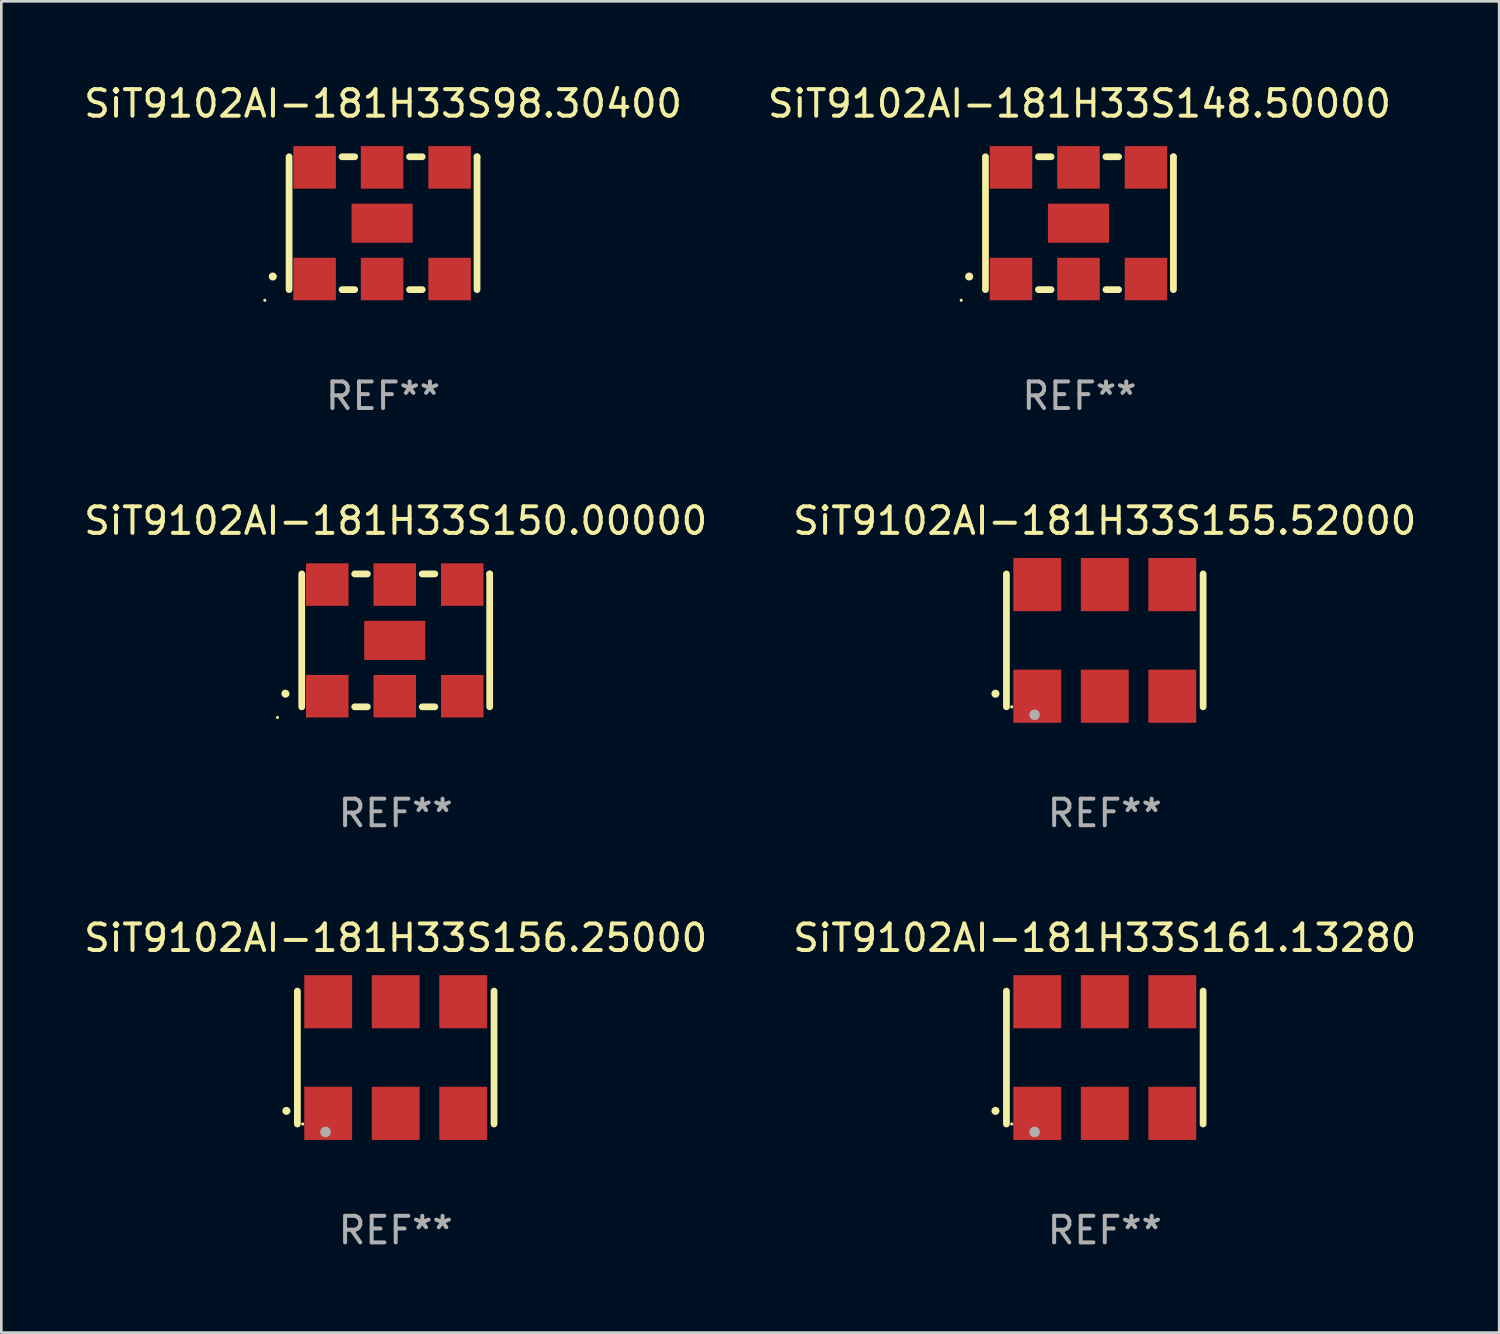
<source format=kicad_pcb>
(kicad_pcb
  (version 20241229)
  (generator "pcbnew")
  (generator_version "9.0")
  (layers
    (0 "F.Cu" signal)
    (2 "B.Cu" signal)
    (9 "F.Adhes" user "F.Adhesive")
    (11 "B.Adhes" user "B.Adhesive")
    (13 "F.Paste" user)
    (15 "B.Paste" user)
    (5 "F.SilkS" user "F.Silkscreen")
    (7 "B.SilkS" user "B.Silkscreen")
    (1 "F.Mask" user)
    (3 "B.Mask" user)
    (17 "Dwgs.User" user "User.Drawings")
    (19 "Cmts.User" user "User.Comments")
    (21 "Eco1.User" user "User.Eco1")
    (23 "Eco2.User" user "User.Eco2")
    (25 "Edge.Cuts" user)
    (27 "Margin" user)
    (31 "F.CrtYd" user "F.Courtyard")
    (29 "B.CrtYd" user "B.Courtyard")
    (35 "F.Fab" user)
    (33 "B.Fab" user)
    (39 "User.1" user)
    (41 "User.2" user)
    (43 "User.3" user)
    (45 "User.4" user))
  (footprint "SiT9102AI-181H33S155.52000"
    (layer "F.Cu")
    (at 38.518 21.045)
    (property "Reference" "SiT9102AI-181H33S155.52000" (at 0 -4.5 0) (layer "F.SilkS") (effects (font (size 1 1) (thickness 0.15))))
    (attr through_hole)
    (fp_line (start -3.7 -2.5) (end -3.7 2.5) (stroke (width 0.254) (type solid)) (layer "F.SilkS"))
    (fp_line (start 3.7 -2.5) (end 3.7 2.5) (stroke (width 0.254) (type solid)) (layer "F.SilkS"))
    (fp_arc (start -4.114415 2.006604) (mid -4.113145 2.006599) (end -4.111875 2.006604) (stroke (width 0.3) (type solid)) (layer "F.SilkS"))
    (fp_circle (center -3.5 2.501) (end -3.47 2.501) (stroke (width 0.06) (type solid)) (fill no) (layer "F.SilkS"))
    (fp_circle (center -2.641 2.799) (end -2.541 2.799) (stroke (width 0.2) (type solid)) (fill no) (layer "F.Fab"))
    (fp_text user "REF**" (at 0 6.5 0) (layer "F.Fab") (effects (font (size 1 1) (thickness 0.15))))
    (pad "1" smd rect (at -2.54 2.1) (size 1.8 2) (layers "F.Cu" "F.Mask" "F.Paste"))
    (pad "2" smd rect (at 0.000394 2.1) (size 1.8 2) (layers "F.Cu" "F.Mask" "F.Paste"))
    (pad "3" smd rect (at 2.54 2.1) (size 1.8 2) (layers "F.Cu" "F.Mask" "F.Paste"))
    (pad "4" smd rect (at 2.54 -2.1) (size 1.8 2) (layers "F.Cu" "F.Mask" "F.Paste"))
    (pad "5" smd rect (at 0.000394 -2.1) (size 1.8 2) (layers "F.Cu" "F.Mask" "F.Paste"))
    (pad "6" smd rect (at -2.54 -2.1) (size 1.8 2) (layers "F.Cu" "F.Mask" "F.Paste")))
  (footprint "SiT9102AI-181H33S148.50000"
    (layer "F.Cu")
    (at 37.565 5.348)
    (property "Reference" "SiT9102AI-181H33S148.50000" (at 0 -4.5 0) (layer "F.SilkS") (effects (font (size 1 1) (thickness 0.15))))
    (attr through_hole)
    (fp_line (start -3.536 -2.5) (end -3.536 2.5) (stroke (width 0.254) (type solid)) (layer "F.SilkS"))
    (fp_line (start -1.544 2.5) (end -1.067 2.5) (stroke (width 0.254) (type solid)) (layer "F.SilkS"))
    (fp_line (start -1.067 -2.5) (end -1.544 -2.5) (stroke (width 0.254) (type solid)) (layer "F.SilkS"))
    (fp_line (start 0.996 2.5) (end 1.473 2.5) (stroke (width 0.254) (type solid)) (layer "F.SilkS"))
    (fp_line (start 1.473 -2.5) (end 0.996 -2.5) (stroke (width 0.254) (type solid)) (layer "F.SilkS"))
    (fp_line (start 3.536 -2.5) (end 3.536 -2.5) (stroke (width 0.254) (type solid)) (layer "F.SilkS"))
    (fp_line (start 3.536 2.5) (end 3.536 -2.5) (stroke (width 0.254) (type solid)) (layer "F.SilkS"))
    (fp_arc (start -4.150432 2.006604) (mid -4.149162 2.006599) (end -4.147892 2.006604) (stroke (width 0.3) (type solid)) (layer "F.SilkS"))
    (fp_circle (center -4.449 2.9) (end -4.419 2.9) (stroke (width 0.06) (type solid)) (fill no) (layer "F.SilkS"))
    (fp_text user "REF**" (at 0 6.5 0) (layer "F.Fab") (effects (font (size 1 1) (thickness 0.15))))
    (pad "1" smd rect (at -2.576 2.1) (size 1.6 1.6) (layers "F.Cu" "F.Mask" "F.Paste"))
    (pad "2" smd rect (at -0.036 2.1) (size 1.6 1.6) (layers "F.Cu" "F.Mask" "F.Paste"))
    (pad "3" smd rect (at 2.504 2.1) (size 1.6 1.6) (layers "F.Cu" "F.Mask" "F.Paste"))
    (pad "4" smd rect (at 2.504 -2.1) (size 1.6 1.6) (layers "F.Cu" "F.Mask" "F.Paste"))
    (pad "5" smd rect (at -0.036 -2.1) (size 1.6 1.6) (layers "F.Cu" "F.Mask" "F.Paste"))
    (pad "6" smd rect (at -2.576 -2.1) (size 1.6 1.6) (layers "F.Cu" "F.Mask" "F.Paste"))
    (pad "7" smd rect (at -0.036 0) (size 2.3 1.47) (layers "F.Cu" "F.Mask" "F.Paste")))
  (footprint "SiT9102AI-181H33S156.25000"
    (layer "F.Cu")
    (at 11.839 36.741)
    (property "Reference" "SiT9102AI-181H33S156.25000" (at 0 -4.5 0) (layer "F.SilkS") (effects (font (size 1 1) (thickness 0.15))))
    (attr through_hole)
    (fp_line (start -3.7 -2.5) (end -3.7 2.5) (stroke (width 0.254) (type solid)) (layer "F.SilkS"))
    (fp_line (start 3.7 -2.5) (end 3.7 2.5) (stroke (width 0.254) (type solid)) (layer "F.SilkS"))
    (fp_arc (start -4.114415 2.006604) (mid -4.113145 2.006599) (end -4.111875 2.006604) (stroke (width 0.3) (type solid)) (layer "F.SilkS"))
    (fp_circle (center -3.5 2.501) (end -3.47 2.501) (stroke (width 0.06) (type solid)) (fill no) (layer "F.SilkS"))
    (fp_circle (center -2.641 2.799) (end -2.541 2.799) (stroke (width 0.2) (type solid)) (fill no) (layer "F.Fab"))
    (fp_text user "REF**" (at 0 6.5 0) (layer "F.Fab") (effects (font (size 1 1) (thickness 0.15))))
    (pad "1" smd rect (at -2.54 2.1) (size 1.8 2) (layers "F.Cu" "F.Mask" "F.Paste"))
    (pad "2" smd rect (at 0.000394 2.1) (size 1.8 2) (layers "F.Cu" "F.Mask" "F.Paste"))
    (pad "3" smd rect (at 2.54 2.1) (size 1.8 2) (layers "F.Cu" "F.Mask" "F.Paste"))
    (pad "4" smd rect (at 2.54 -2.1) (size 1.8 2) (layers "F.Cu" "F.Mask" "F.Paste"))
    (pad "5" smd rect (at 0.000394 -2.1) (size 1.8 2) (layers "F.Cu" "F.Mask" "F.Paste"))
    (pad "6" smd rect (at -2.54 -2.1) (size 1.8 2) (layers "F.Cu" "F.Mask" "F.Paste")))
  (footprint "SiT9102AI-181H33S150.00000"
    (layer "F.Cu")
    (at 11.839 21.045)
    (property "Reference" "SiT9102AI-181H33S150.00000" (at 0 -4.5 0) (layer "F.SilkS") (effects (font (size 1 1) (thickness 0.15))))
    (attr through_hole)
    (fp_line (start -3.536 -2.5) (end -3.536 2.5) (stroke (width 0.254) (type solid)) (layer "F.SilkS"))
    (fp_line (start -1.544 2.5) (end -1.067 2.5) (stroke (width 0.254) (type solid)) (layer "F.SilkS"))
    (fp_line (start -1.067 -2.5) (end -1.544 -2.5) (stroke (width 0.254) (type solid)) (layer "F.SilkS"))
    (fp_line (start 0.996 2.5) (end 1.473 2.5) (stroke (width 0.254) (type solid)) (layer "F.SilkS"))
    (fp_line (start 1.473 -2.5) (end 0.996 -2.5) (stroke (width 0.254) (type solid)) (layer "F.SilkS"))
    (fp_line (start 3.536 -2.5) (end 3.536 -2.5) (stroke (width 0.254) (type solid)) (layer "F.SilkS"))
    (fp_line (start 3.536 2.5) (end 3.536 -2.5) (stroke (width 0.254) (type solid)) (layer "F.SilkS"))
    (fp_arc (start -4.150432 2.006604) (mid -4.149162 2.006599) (end -4.147892 2.006604) (stroke (width 0.3) (type solid)) (layer "F.SilkS"))
    (fp_circle (center -4.449 2.9) (end -4.419 2.9) (stroke (width 0.06) (type solid)) (fill no) (layer "F.SilkS"))
    (fp_text user "REF**" (at 0 6.5 0) (layer "F.Fab") (effects (font (size 1 1) (thickness 0.15))))
    (pad "1" smd rect (at -2.576 2.1) (size 1.6 1.6) (layers "F.Cu" "F.Mask" "F.Paste"))
    (pad "2" smd rect (at -0.036 2.1) (size 1.6 1.6) (layers "F.Cu" "F.Mask" "F.Paste"))
    (pad "3" smd rect (at 2.504 2.1) (size 1.6 1.6) (layers "F.Cu" "F.Mask" "F.Paste"))
    (pad "4" smd rect (at 2.504 -2.1) (size 1.6 1.6) (layers "F.Cu" "F.Mask" "F.Paste"))
    (pad "5" smd rect (at -0.036 -2.1) (size 1.6 1.6) (layers "F.Cu" "F.Mask" "F.Paste"))
    (pad "6" smd rect (at -2.576 -2.1) (size 1.6 1.6) (layers "F.Cu" "F.Mask" "F.Paste"))
    (pad "7" smd rect (at -0.036 0) (size 2.3 1.47) (layers "F.Cu" "F.Mask" "F.Paste")))
  (footprint "SiT9102AI-181H33S98.30400"
    (layer "F.Cu")
    (at 11.363 5.348)
    (property "Reference" "SiT9102AI-181H33S98.30400" (at 0 -4.5 0) (layer "F.SilkS") (effects (font (size 1 1) (thickness 0.15))))
    (attr through_hole)
    (fp_line (start -3.536 -2.5) (end -3.536 2.5) (stroke (width 0.254) (type solid)) (layer "F.SilkS"))
    (fp_line (start -1.544 2.5) (end -1.067 2.5) (stroke (width 0.254) (type solid)) (layer "F.SilkS"))
    (fp_line (start -1.067 -2.5) (end -1.544 -2.5) (stroke (width 0.254) (type solid)) (layer "F.SilkS"))
    (fp_line (start 0.996 2.5) (end 1.473 2.5) (stroke (width 0.254) (type solid)) (layer "F.SilkS"))
    (fp_line (start 1.473 -2.5) (end 0.996 -2.5) (stroke (width 0.254) (type solid)) (layer "F.SilkS"))
    (fp_line (start 3.536 -2.5) (end 3.536 -2.5) (stroke (width 0.254) (type solid)) (layer "F.SilkS"))
    (fp_line (start 3.536 2.5) (end 3.536 -2.5) (stroke (width 0.254) (type solid)) (layer "F.SilkS"))
    (fp_arc (start -4.150432 2.006604) (mid -4.149162 2.006599) (end -4.147892 2.006604) (stroke (width 0.3) (type solid)) (layer "F.SilkS"))
    (fp_circle (center -4.449 2.9) (end -4.419 2.9) (stroke (width 0.06) (type solid)) (fill no) (layer "F.SilkS"))
    (fp_text user "REF**" (at 0 6.5 0) (layer "F.Fab") (effects (font (size 1 1) (thickness 0.15))))
    (pad "1" smd rect (at -2.576 2.1) (size 1.6 1.6) (layers "F.Cu" "F.Mask" "F.Paste"))
    (pad "2" smd rect (at -0.036 2.1) (size 1.6 1.6) (layers "F.Cu" "F.Mask" "F.Paste"))
    (pad "3" smd rect (at 2.504 2.1) (size 1.6 1.6) (layers "F.Cu" "F.Mask" "F.Paste"))
    (pad "4" smd rect (at 2.504 -2.1) (size 1.6 1.6) (layers "F.Cu" "F.Mask" "F.Paste"))
    (pad "5" smd rect (at -0.036 -2.1) (size 1.6 1.6) (layers "F.Cu" "F.Mask" "F.Paste"))
    (pad "6" smd rect (at -2.576 -2.1) (size 1.6 1.6) (layers "F.Cu" "F.Mask" "F.Paste"))
    (pad "7" smd rect (at -0.036 0) (size 2.3 1.47) (layers "F.Cu" "F.Mask" "F.Paste")))
  (footprint "SiT9102AI-181H33S161.13280"
    (layer "F.Cu")
    (at 38.518 36.741)
    (property "Reference" "SiT9102AI-181H33S161.13280" (at 0 -4.5 0) (layer "F.SilkS") (effects (font (size 1 1) (thickness 0.15))))
    (attr through_hole)
    (fp_line (start -3.7 -2.5) (end -3.7 2.5) (stroke (width 0.254) (type solid)) (layer "F.SilkS"))
    (fp_line (start 3.7 -2.5) (end 3.7 2.5) (stroke (width 0.254) (type solid)) (layer "F.SilkS"))
    (fp_arc (start -4.114415 2.006604) (mid -4.113145 2.006599) (end -4.111875 2.006604) (stroke (width 0.3) (type solid)) (layer "F.SilkS"))
    (fp_circle (center -3.5 2.501) (end -3.47 2.501) (stroke (width 0.06) (type solid)) (fill no) (layer "F.SilkS"))
    (fp_circle (center -2.641 2.799) (end -2.541 2.799) (stroke (width 0.2) (type solid)) (fill no) (layer "F.Fab"))
    (fp_text user "REF**" (at 0 6.5 0) (layer "F.Fab") (effects (font (size 1 1) (thickness 0.15))))
    (pad "1" smd rect (at -2.54 2.1) (size 1.8 2) (layers "F.Cu" "F.Mask" "F.Paste"))
    (pad "2" smd rect (at 0.000394 2.1) (size 1.8 2) (layers "F.Cu" "F.Mask" "F.Paste"))
    (pad "3" smd rect (at 2.54 2.1) (size 1.8 2) (layers "F.Cu" "F.Mask" "F.Paste"))
    (pad "4" smd rect (at 2.54 -2.1) (size 1.8 2) (layers "F.Cu" "F.Mask" "F.Paste"))
    (pad "5" smd rect (at 0.000394 -2.1) (size 1.8 2) (layers "F.Cu" "F.Mask" "F.Paste"))
    (pad "6" smd rect (at -2.54 -2.1) (size 1.8 2) (layers "F.Cu" "F.Mask" "F.Paste")))
  (gr_rect
    (start -3 -3)
    (end 53.357 47.09)
    (stroke (width 0.1) (type default))
    (fill no)
    (layer "Edge.Cuts")))
</source>
